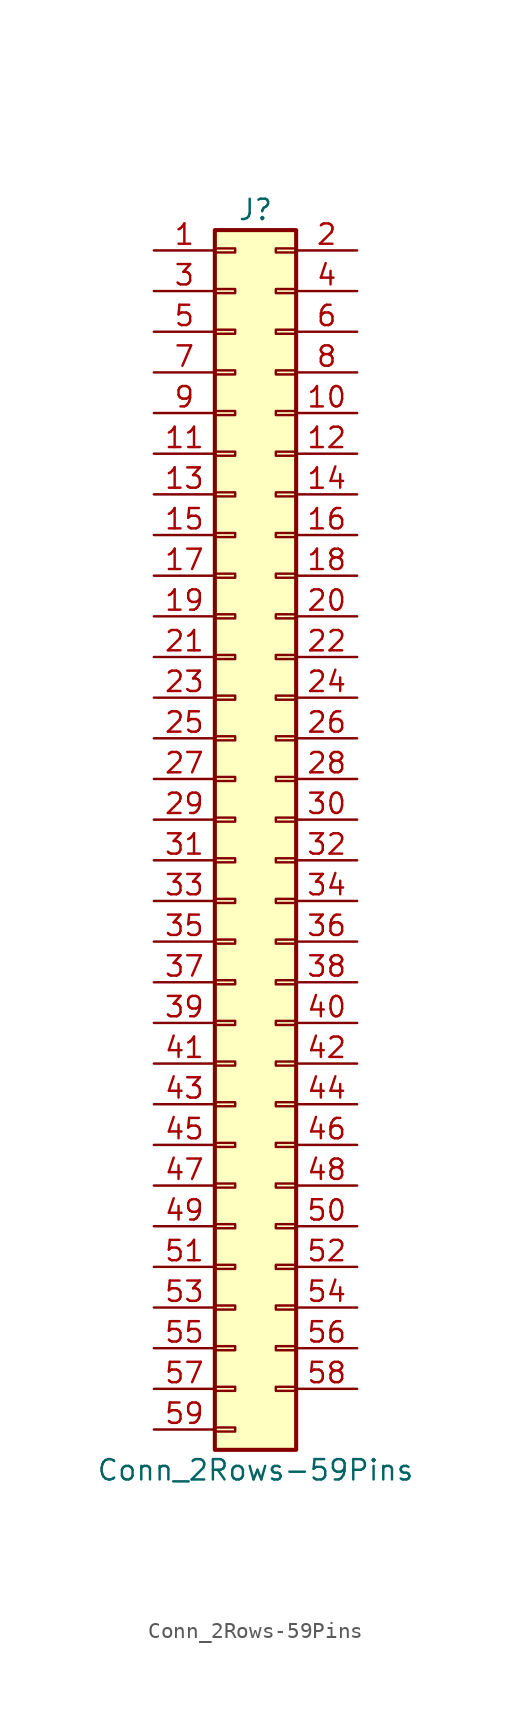
<source format=kicad_sym>
(kicad_symbol_lib
  (version 20201005)
  (generator kicad_symbol_editor)
  (symbol "Conn_2Rows-59Pins"
    (pin_names
      (offset 1.016) hide)
    (property "Reference" "J"
      (at 1.27 38.1 0)
      (effects (font (size 1.27 1.27))))
    (property "Value" "Conn_2Rows-59Pins"
      (at 1.27 -40.64 0)
      (effects (font (size 1.27 1.27))))
    (symbol "Conn_2Rows-59Pins_1_1"
      (rectangle (start -1.27 -37.973) (end 0 -38.227) (stroke (width 0.152)) (fill (type none)))
      (rectangle (start -1.27 -35.433) (end 0 -35.687) (stroke (width 0.152)) (fill (type none)))
      (rectangle (start -1.27 -32.893) (end 0 -33.147) (stroke (width 0.152)) (fill (type none)))
      (rectangle (start -1.27 -30.353) (end 0 -30.607) (stroke (width 0.152)) (fill (type none)))
      (rectangle (start -1.27 -27.813) (end 0 -28.067) (stroke (width 0.152)) (fill (type none)))
      (rectangle (start -1.27 -25.273) (end 0 -25.527) (stroke (width 0.152)) (fill (type none)))
      (rectangle (start -1.27 -22.733) (end 0 -22.987) (stroke (width 0.152)) (fill (type none)))
      (rectangle (start -1.27 -20.193) (end 0 -20.447) (stroke (width 0.152)) (fill (type none)))
      (rectangle (start -1.27 -17.653) (end 0 -17.907) (stroke (width 0.152)) (fill (type none)))
      (rectangle (start -1.27 -15.113) (end 0 -15.367) (stroke (width 0.152)) (fill (type none)))
      (rectangle (start -1.27 -12.573) (end 0 -12.827) (stroke (width 0.152)) (fill (type none)))
      (rectangle (start -1.27 -10.033) (end 0 -10.287) (stroke (width 0.152)) (fill (type none)))
      (rectangle (start -1.27 -7.493) (end 0 -7.747) (stroke (width 0.152)) (fill (type none)))
      (rectangle (start -1.27 -4.953) (end 0 -5.207) (stroke (width 0.152)) (fill (type none)))
      (rectangle (start -1.27 -2.413) (end 0 -2.667) (stroke (width 0.152)) (fill (type none)))
      (rectangle (start -1.27 0.127) (end 0 -0.127) (stroke (width 0.152)) (fill (type none)))
      (rectangle (start -1.27 2.667) (end 0 2.413) (stroke (width 0.152)) (fill (type none)))
      (rectangle (start -1.27 5.207) (end 0 4.953) (stroke (width 0.152)) (fill (type none)))
      (rectangle (start -1.27 7.747) (end 0 7.493) (stroke (width 0.152)) (fill (type none)))
      (rectangle (start -1.27 10.287) (end 0 10.033) (stroke (width 0.152)) (fill (type none)))
      (rectangle (start -1.27 12.827) (end 0 12.573) (stroke (width 0.152)) (fill (type none)))
      (rectangle (start -1.27 15.367) (end 0 15.113) (stroke (width 0.152)) (fill (type none)))
      (rectangle (start -1.27 17.907) (end 0 17.653) (stroke (width 0.152)) (fill (type none)))
      (rectangle (start -1.27 20.447) (end 0 20.193) (stroke (width 0.152)) (fill (type none)))
      (rectangle (start -1.27 22.987) (end 0 22.733) (stroke (width 0.152)) (fill (type none)))
      (rectangle (start -1.27 25.527) (end 0 25.273) (stroke (width 0.152)) (fill (type none)))
      (rectangle (start -1.27 28.067) (end 0 27.813) (stroke (width 0.152)) (fill (type none)))
      (rectangle (start -1.27 30.607) (end 0 30.353) (stroke (width 0.152)) (fill (type none)))
      (rectangle (start -1.27 33.147) (end 0 32.893) (stroke (width 0.152)) (fill (type none)))
      (rectangle (start -1.27 35.687) (end 0 35.433) (stroke (width 0.152)) (fill (type none)))
      (rectangle (start 3.81 -35.433) (end 2.54 -35.687) (stroke (width 0.152)) (fill (type none)))
      (rectangle (start 3.81 -32.893) (end 2.54 -33.147) (stroke (width 0.152)) (fill (type none)))
      (rectangle (start 3.81 -30.353) (end 2.54 -30.607) (stroke (width 0.152)) (fill (type none)))
      (rectangle (start 3.81 -27.813) (end 2.54 -28.067) (stroke (width 0.152)) (fill (type none)))
      (rectangle (start 3.81 -25.273) (end 2.54 -25.527) (stroke (width 0.152)) (fill (type none)))
      (rectangle (start 3.81 -22.733) (end 2.54 -22.987) (stroke (width 0.152)) (fill (type none)))
      (rectangle (start 3.81 -20.193) (end 2.54 -20.447) (stroke (width 0.152)) (fill (type none)))
      (rectangle (start 3.81 -17.653) (end 2.54 -17.907) (stroke (width 0.152)) (fill (type none)))
      (rectangle (start 3.81 -15.113) (end 2.54 -15.367) (stroke (width 0.152)) (fill (type none)))
      (rectangle (start 3.81 -12.573) (end 2.54 -12.827) (stroke (width 0.152)) (fill (type none)))
      (rectangle (start 3.81 -10.033) (end 2.54 -10.287) (stroke (width 0.152)) (fill (type none)))
      (rectangle (start 3.81 -7.493) (end 2.54 -7.747) (stroke (width 0.152)) (fill (type none)))
      (rectangle (start 3.81 -4.953) (end 2.54 -5.207) (stroke (width 0.152)) (fill (type none)))
      (rectangle (start 3.81 -2.413) (end 2.54 -2.667) (stroke (width 0.152)) (fill (type none)))
      (rectangle (start 3.81 0.127) (end 2.54 -0.127) (stroke (width 0.152)) (fill (type none)))
      (rectangle (start 3.81 2.667) (end 2.54 2.413) (stroke (width 0.152)) (fill (type none)))
      (rectangle (start 3.81 5.207) (end 2.54 4.953) (stroke (width 0.152)) (fill (type none)))
      (rectangle (start 3.81 7.747) (end 2.54 7.493) (stroke (width 0.152)) (fill (type none)))
      (rectangle (start 3.81 10.287) (end 2.54 10.033) (stroke (width 0.152)) (fill (type none)))
      (rectangle (start 3.81 12.827) (end 2.54 12.573) (stroke (width 0.152)) (fill (type none)))
      (rectangle (start 3.81 15.367) (end 2.54 15.113) (stroke (width 0.152)) (fill (type none)))
      (rectangle (start 3.81 17.907) (end 2.54 17.653) (stroke (width 0.152)) (fill (type none)))
      (rectangle (start 3.81 20.447) (end 2.54 20.193) (stroke (width 0.152)) (fill (type none)))
      (rectangle (start 3.81 22.987) (end 2.54 22.733) (stroke (width 0.152)) (fill (type none)))
      (rectangle (start 3.81 25.527) (end 2.54 25.273) (stroke (width 0.152)) (fill (type none)))
      (rectangle (start 3.81 28.067) (end 2.54 27.813) (stroke (width 0.152)) (fill (type none)))
      (rectangle (start 3.81 30.607) (end 2.54 30.353) (stroke (width 0.152)) (fill (type none)))
      (rectangle (start 3.81 33.147) (end 2.54 32.893) (stroke (width 0.152)) (fill (type none)))
      (rectangle (start 3.81 35.687) (end 2.54 35.433) (stroke (width 0.152)) (fill (type none)))
      (rectangle (start -1.27 36.83) (end 3.81 -39.37) (stroke (width 0.254)) (fill (type background)))
      (pin passive line (at -5.08 35.56 0) (length 3.81) (name "Pin_1" (effects (font (size 1.27 1.27)))) (number "1" (effects (font (size 1.27 1.27)))))
      (pin passive line (at 7.62 25.4 180) (length 3.81) (name "Pin_10" (effects (font (size 1.27 1.27)))) (number "10" (effects (font (size 1.27 1.27)))))
      (pin passive line (at -5.08 22.86 0) (length 3.81) (name "Pin_11" (effects (font (size 1.27 1.27)))) (number "11" (effects (font (size 1.27 1.27)))))
      (pin passive line (at 7.62 22.86 180) (length 3.81) (name "Pin_12" (effects (font (size 1.27 1.27)))) (number "12" (effects (font (size 1.27 1.27)))))
      (pin passive line (at -5.08 20.32 0) (length 3.81) (name "Pin_13" (effects (font (size 1.27 1.27)))) (number "13" (effects (font (size 1.27 1.27)))))
      (pin passive line (at 7.62 20.32 180) (length 3.81) (name "Pin_14" (effects (font (size 1.27 1.27)))) (number "14" (effects (font (size 1.27 1.27)))))
      (pin passive line (at -5.08 17.78 0) (length 3.81) (name "Pin_15" (effects (font (size 1.27 1.27)))) (number "15" (effects (font (size 1.27 1.27)))))
      (pin passive line (at 7.62 17.78 180) (length 3.81) (name "Pin_16" (effects (font (size 1.27 1.27)))) (number "16" (effects (font (size 1.27 1.27)))))
      (pin passive line (at -5.08 15.24 0) (length 3.81) (name "Pin_17" (effects (font (size 1.27 1.27)))) (number "17" (effects (font (size 1.27 1.27)))))
      (pin passive line (at 7.62 15.24 180) (length 3.81) (name "Pin_18" (effects (font (size 1.27 1.27)))) (number "18" (effects (font (size 1.27 1.27)))))
      (pin passive line (at -5.08 12.7 0) (length 3.81) (name "Pin_19" (effects (font (size 1.27 1.27)))) (number "19" (effects (font (size 1.27 1.27)))))
      (pin passive line (at 7.62 35.56 180) (length 3.81) (name "Pin_2" (effects (font (size 1.27 1.27)))) (number "2" (effects (font (size 1.27 1.27)))))
      (pin passive line (at 7.62 12.7 180) (length 3.81) (name "Pin_20" (effects (font (size 1.27 1.27)))) (number "20" (effects (font (size 1.27 1.27)))))
      (pin passive line (at -5.08 10.16 0) (length 3.81) (name "Pin_21" (effects (font (size 1.27 1.27)))) (number "21" (effects (font (size 1.27 1.27)))))
      (pin passive line (at 7.62 10.16 180) (length 3.81) (name "Pin_22" (effects (font (size 1.27 1.27)))) (number "22" (effects (font (size 1.27 1.27)))))
      (pin passive line (at -5.08 7.62 0) (length 3.81) (name "Pin_23" (effects (font (size 1.27 1.27)))) (number "23" (effects (font (size 1.27 1.27)))))
      (pin passive line (at 7.62 7.62 180) (length 3.81) (name "Pin_24" (effects (font (size 1.27 1.27)))) (number "24" (effects (font (size 1.27 1.27)))))
      (pin passive line (at -5.08 5.08 0) (length 3.81) (name "Pin_25" (effects (font (size 1.27 1.27)))) (number "25" (effects (font (size 1.27 1.27)))))
      (pin passive line (at 7.62 5.08 180) (length 3.81) (name "Pin_26" (effects (font (size 1.27 1.27)))) (number "26" (effects (font (size 1.27 1.27)))))
      (pin passive line (at -5.08 2.54 0) (length 3.81) (name "Pin_27" (effects (font (size 1.27 1.27)))) (number "27" (effects (font (size 1.27 1.27)))))
      (pin passive line (at 7.62 2.54 180) (length 3.81) (name "Pin_28" (effects (font (size 1.27 1.27)))) (number "28" (effects (font (size 1.27 1.27)))))
      (pin passive line (at -5.08 0 0) (length 3.81) (name "Pin_29" (effects (font (size 1.27 1.27)))) (number "29" (effects (font (size 1.27 1.27)))))
      (pin passive line (at -5.08 33.02 0) (length 3.81) (name "Pin_3" (effects (font (size 1.27 1.27)))) (number "3" (effects (font (size 1.27 1.27)))))
      (pin passive line (at 7.62 0 180) (length 3.81) (name "Pin_30" (effects (font (size 1.27 1.27)))) (number "30" (effects (font (size 1.27 1.27)))))
      (pin passive line (at -5.08 -2.54 0) (length 3.81) (name "Pin_31" (effects (font (size 1.27 1.27)))) (number "31" (effects (font (size 1.27 1.27)))))
      (pin passive line (at 7.62 -2.54 180) (length 3.81) (name "Pin_32" (effects (font (size 1.27 1.27)))) (number "32" (effects (font (size 1.27 1.27)))))
      (pin passive line (at -5.08 -5.08 0) (length 3.81) (name "Pin_33" (effects (font (size 1.27 1.27)))) (number "33" (effects (font (size 1.27 1.27)))))
      (pin passive line (at 7.62 -5.08 180) (length 3.81) (name "Pin_34" (effects (font (size 1.27 1.27)))) (number "34" (effects (font (size 1.27 1.27)))))
      (pin passive line (at -5.08 -7.62 0) (length 3.81) (name "Pin_35" (effects (font (size 1.27 1.27)))) (number "35" (effects (font (size 1.27 1.27)))))
      (pin passive line (at 7.62 -7.62 180) (length 3.81) (name "Pin_36" (effects (font (size 1.27 1.27)))) (number "36" (effects (font (size 1.27 1.27)))))
      (pin passive line (at -5.08 -10.16 0) (length 3.81) (name "Pin_37" (effects (font (size 1.27 1.27)))) (number "37" (effects (font (size 1.27 1.27)))))
      (pin passive line (at 7.62 -10.16 180) (length 3.81) (name "Pin_38" (effects (font (size 1.27 1.27)))) (number "38" (effects (font (size 1.27 1.27)))))
      (pin passive line (at -5.08 -12.7 0) (length 3.81) (name "Pin_39" (effects (font (size 1.27 1.27)))) (number "39" (effects (font (size 1.27 1.27)))))
      (pin passive line (at 7.62 33.02 180) (length 3.81) (name "Pin_4" (effects (font (size 1.27 1.27)))) (number "4" (effects (font (size 1.27 1.27)))))
      (pin passive line (at 7.62 -12.7 180) (length 3.81) (name "Pin_40" (effects (font (size 1.27 1.27)))) (number "40" (effects (font (size 1.27 1.27)))))
      (pin passive line (at -5.08 -15.24 0) (length 3.81) (name "Pin_41" (effects (font (size 1.27 1.27)))) (number "41" (effects (font (size 1.27 1.27)))))
      (pin passive line (at 7.62 -15.24 180) (length 3.81) (name "Pin_42" (effects (font (size 1.27 1.27)))) (number "42" (effects (font (size 1.27 1.27)))))
      (pin passive line (at -5.08 -17.78 0) (length 3.81) (name "Pin_43" (effects (font (size 1.27 1.27)))) (number "43" (effects (font (size 1.27 1.27)))))
      (pin passive line (at 7.62 -17.78 180) (length 3.81) (name "Pin_44" (effects (font (size 1.27 1.27)))) (number "44" (effects (font (size 1.27 1.27)))))
      (pin passive line (at -5.08 -20.32 0) (length 3.81) (name "Pin_45" (effects (font (size 1.27 1.27)))) (number "45" (effects (font (size 1.27 1.27)))))
      (pin passive line (at 7.62 -20.32 180) (length 3.81) (name "Pin_46" (effects (font (size 1.27 1.27)))) (number "46" (effects (font (size 1.27 1.27)))))
      (pin passive line (at -5.08 -22.86 0) (length 3.81) (name "Pin_47" (effects (font (size 1.27 1.27)))) (number "47" (effects (font (size 1.27 1.27)))))
      (pin passive line (at 7.62 -22.86 180) (length 3.81) (name "Pin_48" (effects (font (size 1.27 1.27)))) (number "48" (effects (font (size 1.27 1.27)))))
      (pin passive line (at -5.08 -25.4 0) (length 3.81) (name "Pin_49" (effects (font (size 1.27 1.27)))) (number "49" (effects (font (size 1.27 1.27)))))
      (pin passive line (at -5.08 30.48 0) (length 3.81) (name "Pin_5" (effects (font (size 1.27 1.27)))) (number "5" (effects (font (size 1.27 1.27)))))
      (pin passive line (at 7.62 -25.4 180) (length 3.81) (name "Pin_50" (effects (font (size 1.27 1.27)))) (number "50" (effects (font (size 1.27 1.27)))))
      (pin passive line (at -5.08 -27.94 0) (length 3.81) (name "Pin_51" (effects (font (size 1.27 1.27)))) (number "51" (effects (font (size 1.27 1.27)))))
      (pin passive line (at 7.62 -27.94 180) (length 3.81) (name "Pin_52" (effects (font (size 1.27 1.27)))) (number "52" (effects (font (size 1.27 1.27)))))
      (pin passive line (at -5.08 -30.48 0) (length 3.81) (name "Pin_53" (effects (font (size 1.27 1.27)))) (number "53" (effects (font (size 1.27 1.27)))))
      (pin passive line (at 7.62 -30.48 180) (length 3.81) (name "Pin_54" (effects (font (size 1.27 1.27)))) (number "54" (effects (font (size 1.27 1.27)))))
      (pin passive line (at -5.08 -33.02 0) (length 3.81) (name "Pin_55" (effects (font (size 1.27 1.27)))) (number "55" (effects (font (size 1.27 1.27)))))
      (pin passive line (at 7.62 -33.02 180) (length 3.81) (name "Pin_56" (effects (font (size 1.27 1.27)))) (number "56" (effects (font (size 1.27 1.27)))))
      (pin passive line (at -5.08 -35.56 0) (length 3.81) (name "Pin_57" (effects (font (size 1.27 1.27)))) (number "57" (effects (font (size 1.27 1.27)))))
      (pin passive line (at 7.62 -35.56 180) (length 3.81) (name "Pin_58" (effects (font (size 1.27 1.27)))) (number "58" (effects (font (size 1.27 1.27)))))
      (pin passive line (at -5.08 -38.1 0) (length 3.81) (name "Pin_59" (effects (font (size 1.27 1.27)))) (number "59" (effects (font (size 1.27 1.27)))))
      (pin passive line (at 7.62 30.48 180) (length 3.81) (name "Pin_6" (effects (font (size 1.27 1.27)))) (number "6" (effects (font (size 1.27 1.27)))))
      (pin passive line (at -5.08 27.94 0) (length 3.81) (name "Pin_7" (effects (font (size 1.27 1.27)))) (number "7" (effects (font (size 1.27 1.27)))))
      (pin passive line (at 7.62 27.94 180) (length 3.81) (name "Pin_8" (effects (font (size 1.27 1.27)))) (number "8" (effects (font (size 1.27 1.27)))))
      (pin passive line (at -5.08 25.4 0) (length 3.81) (name "Pin_9" (effects (font (size 1.27 1.27)))) (number "9" (effects (font (size 1.27 1.27))))))))
</source>
